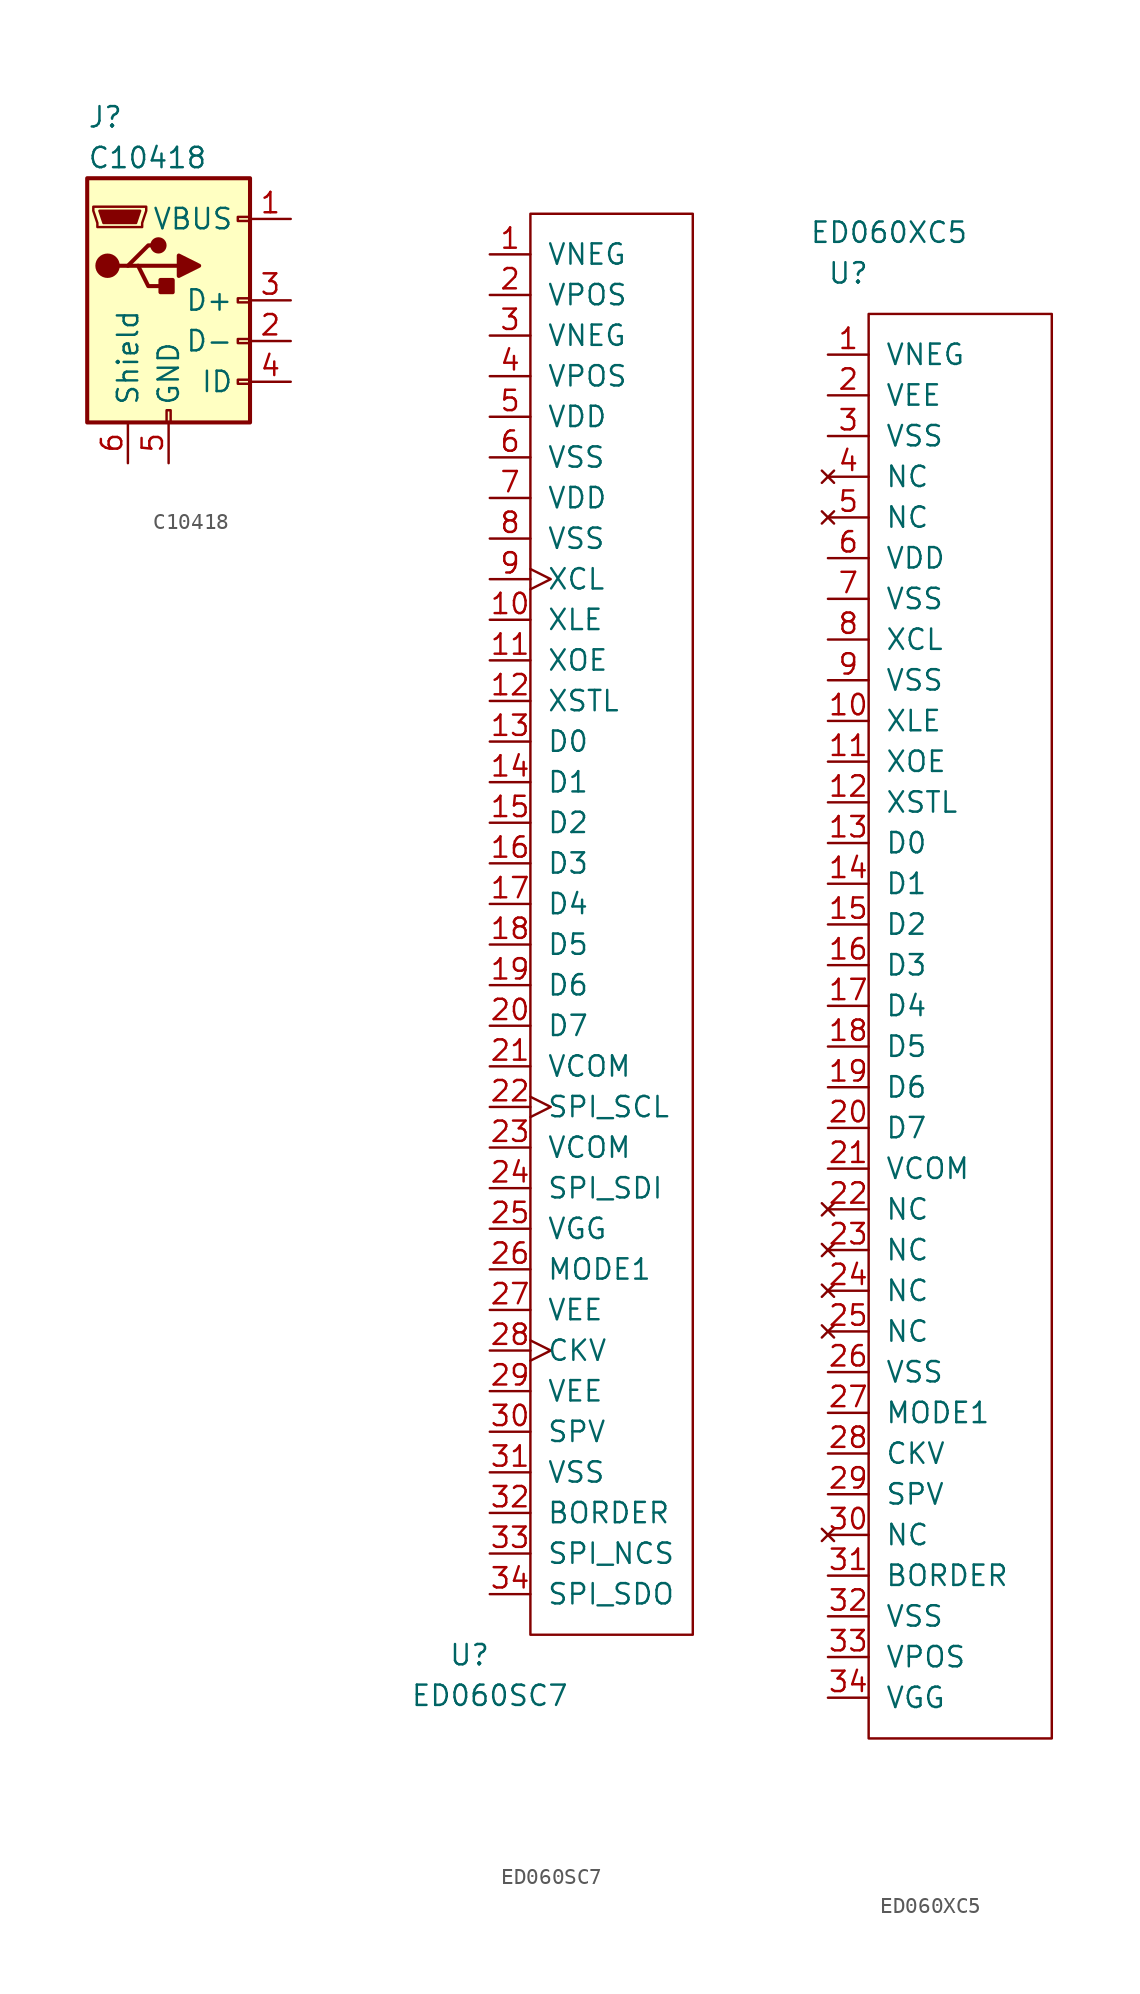
<source format=kicad_sym>
(kicad_symbol_lib
  (version 20220914)
  (generator kicad_symbol_editor)
  (symbol "C10418"
    (pin_names
      (offset 1.016))
    (property "Reference" "J"
      (at -5.08 11.43 0)
      (effects (font (size 1.27 1.27)) (justify left)))
    (property "Value" "C10418"
      (at -5.08 8.89 0)
      (effects (font (size 1.27 1.27)) (justify left)))
    (symbol "C10418_0_1"
      (rectangle (start -5.08 -7.62) (end 5.08 7.62) (stroke (width 0.254) (type solid)) (fill (type background)))
      (circle (center -3.81 2.159) (radius 0.635) (stroke (width 0.254) (type solid)) (fill (type outline)))
      (circle (center -0.635 3.429) (radius 0.381) (stroke (width 0.254) (type solid)) (fill (type outline)))
      (rectangle (start -0.127 -7.62) (end 0.127 -6.858) (stroke (width 0) (type solid)) (fill (type none)))
      (polyline (pts (xy -1.905 2.159) (xy 0.635 2.159)) (stroke (width 0.254) (type solid)) (fill (type none)))
      (polyline (pts (xy -3.175 2.159) (xy -2.54 2.159) (xy -1.27 3.429) (xy -0.635 3.429)) (stroke (width 0.254) (type solid)) (fill (type none)))
      (polyline (pts (xy -2.54 2.159) (xy -1.905 2.159) (xy -1.27 0.889) (xy 0 0.889)) (stroke (width 0.254) (type solid)) (fill (type none)))
      (polyline (pts (xy 0.635 2.794) (xy 0.635 1.524) (xy 1.905 2.159) (xy 0.635 2.794)) (stroke (width 0.254) (type solid)) (fill (type outline)))
      (polyline (pts (xy -4.318 5.588) (xy -1.778 5.588) (xy -2.032 4.826) (xy -4.064 4.826) (xy -4.318 5.588)) (stroke (width 0) (type solid)) (fill (type outline)))
      (polyline (pts (xy -4.699 5.842) (xy -4.699 5.588) (xy -4.445 4.826) (xy -4.445 4.572) (xy -1.651 4.572) (xy -1.651 4.826) (xy -1.397 5.588) (xy -1.397 5.842) (xy -4.699 5.842)) (stroke (width 0) (type solid)) (fill (type none)))
      (rectangle (start 0.254 1.27) (end -0.508 0.508) (stroke (width 0.254) (type solid)) (fill (type outline)))
      (rectangle (start 5.08 -5.207) (end 4.318 -4.953) (stroke (width 0) (type solid)) (fill (type none)))
      (rectangle (start 5.08 -2.667) (end 4.318 -2.413) (stroke (width 0) (type solid)) (fill (type none)))
      (rectangle (start 5.08 -0.127) (end 4.318 0.127) (stroke (width 0) (type solid)) (fill (type none)))
      (rectangle (start 5.08 4.953) (end 4.318 5.207) (stroke (width 0) (type solid)) (fill (type none))))
    (symbol "C10418_1_1"
      (pin power_out line (at 7.62 5.08 180) (length 2.54) (name "VBUS" (effects (font (size 1.27 1.27)))) (number "1" (effects (font (size 1.27 1.27)))))
      (pin passive line (at 7.62 -2.54 180) (length 2.54) (name "D-" (effects (font (size 1.27 1.27)))) (number "2" (effects (font (size 1.27 1.27)))))
      (pin passive line (at 7.62 0 180) (length 2.54) (name "D+" (effects (font (size 1.27 1.27)))) (number "3" (effects (font (size 1.27 1.27)))))
      (pin passive line (at 7.62 -5.08 180) (length 2.54) (name "ID" (effects (font (size 1.27 1.27)))) (number "4" (effects (font (size 1.27 1.27)))))
      (pin power_out line (at 0 -10.16 90) (length 2.54) (name "GND" (effects (font (size 1.27 1.27)))) (number "5" (effects (font (size 1.27 1.27)))))
      (pin passive line (at -2.54 -10.16 90) (length 2.54) (name "Shield" (effects (font (size 1.27 1.27)))) (number "6" (effects (font (size 1.27 1.27)))))))
  (symbol "ED060SC7"
    (pin_names
      (offset 1.016))
    (property "Reference" "U"
      (at -1.27 -44.45 0)
      (effects (font (size 1.27 1.27))))
    (property "Value" "ED060SC7"
      (at 0 -46.99 0)
      (effects (font (size 1.27 1.27))))
    (symbol "ED060SC7_0_1"
      (rectangle (start 12.7 -43.18) (end 2.54 45.72) (stroke (width 0) (type solid)) (fill (type none))))
    (symbol "ED060SC7_1_1"
      (pin power_in line (at 0 43.18 0) (length 2.54) (name "VNEG" (effects (font (size 1.27 1.27)))) (number "1" (effects (font (size 1.27 1.27)))))
      (pin input line (at 0 20.32 0) (length 2.54) (name "XLE" (effects (font (size 1.27 1.27)))) (number "10" (effects (font (size 1.27 1.27)))))
      (pin input line (at 0 17.78 0) (length 2.54) (name "XOE" (effects (font (size 1.27 1.27)))) (number "11" (effects (font (size 1.27 1.27)))))
      (pin input line (at 0 15.24 0) (length 2.54) (name "XSTL" (effects (font (size 1.27 1.27)))) (number "12" (effects (font (size 1.27 1.27)))))
      (pin input line (at 0 12.7 0) (length 2.54) (name "D0" (effects (font (size 1.27 1.27)))) (number "13" (effects (font (size 1.27 1.27)))))
      (pin input line (at 0 10.16 0) (length 2.54) (name "D1" (effects (font (size 1.27 1.27)))) (number "14" (effects (font (size 1.27 1.27)))))
      (pin input line (at 0 7.62 0) (length 2.54) (name "D2" (effects (font (size 1.27 1.27)))) (number "15" (effects (font (size 1.27 1.27)))))
      (pin input line (at 0 5.08 0) (length 2.54) (name "D3" (effects (font (size 1.27 1.27)))) (number "16" (effects (font (size 1.27 1.27)))))
      (pin input line (at 0 2.54 0) (length 2.54) (name "D4" (effects (font (size 1.27 1.27)))) (number "17" (effects (font (size 1.27 1.27)))))
      (pin input line (at 0 0 0) (length 2.54) (name "D5" (effects (font (size 1.27 1.27)))) (number "18" (effects (font (size 1.27 1.27)))))
      (pin input line (at 0 -2.54 0) (length 2.54) (name "D6" (effects (font (size 1.27 1.27)))) (number "19" (effects (font (size 1.27 1.27)))))
      (pin power_in line (at 0 40.64 0) (length 2.54) (name "VPOS" (effects (font (size 1.27 1.27)))) (number "2" (effects (font (size 1.27 1.27)))))
      (pin input line (at 0 -5.08 0) (length 2.54) (name "D7" (effects (font (size 1.27 1.27)))) (number "20" (effects (font (size 1.27 1.27)))))
      (pin power_in line (at 0 -7.62 0) (length 2.54) (name "VCOM" (effects (font (size 1.27 1.27)))) (number "21" (effects (font (size 1.27 1.27)))))
      (pin input clock (at 0 -10.16 0) (length 2.54) (name "SPI_SCL" (effects (font (size 1.27 1.27)))) (number "22" (effects (font (size 1.27 1.27)))))
      (pin power_in line (at 0 -12.7 0) (length 2.54) (name "VCOM" (effects (font (size 1.27 1.27)))) (number "23" (effects (font (size 1.27 1.27)))))
      (pin input line (at 0 -15.24 0) (length 2.54) (name "SPI_SDI" (effects (font (size 1.27 1.27)))) (number "24" (effects (font (size 1.27 1.27)))))
      (pin power_in line (at 0 -17.78 0) (length 2.54) (name "VGG" (effects (font (size 1.27 1.27)))) (number "25" (effects (font (size 1.27 1.27)))))
      (pin input line (at 0 -20.32 0) (length 2.54) (name "MODE1" (effects (font (size 1.27 1.27)))) (number "26" (effects (font (size 1.27 1.27)))))
      (pin power_in line (at 0 -22.86 0) (length 2.54) (name "VEE" (effects (font (size 1.27 1.27)))) (number "27" (effects (font (size 1.27 1.27)))))
      (pin input clock (at 0 -25.4 0) (length 2.54) (name "CKV" (effects (font (size 1.27 1.27)))) (number "28" (effects (font (size 1.27 1.27)))))
      (pin power_in line (at 0 -27.94 0) (length 2.54) (name "VEE" (effects (font (size 1.27 1.27)))) (number "29" (effects (font (size 1.27 1.27)))))
      (pin power_in line (at 0 38.1 0) (length 2.54) (name "VNEG" (effects (font (size 1.27 1.27)))) (number "3" (effects (font (size 1.27 1.27)))))
      (pin input line (at 0 -30.48 0) (length 2.54) (name "SPV" (effects (font (size 1.27 1.27)))) (number "30" (effects (font (size 1.27 1.27)))))
      (pin power_in line (at 0 -33.02 0) (length 2.54) (name "VSS" (effects (font (size 1.27 1.27)))) (number "31" (effects (font (size 1.27 1.27)))))
      (pin power_in line (at 0 -35.56 0) (length 2.54) (name "BORDER" (effects (font (size 1.27 1.27)))) (number "32" (effects (font (size 1.27 1.27)))))
      (pin input line (at 0 -38.1 0) (length 2.54) (name "SPI_NCS" (effects (font (size 1.27 1.27)))) (number "33" (effects (font (size 1.27 1.27)))))
      (pin output line (at 0 -40.64 0) (length 2.54) (name "SPI_SDO" (effects (font (size 1.27 1.27)))) (number "34" (effects (font (size 1.27 1.27)))))
      (pin power_in line (at 0 35.56 0) (length 2.54) (name "VPOS" (effects (font (size 1.27 1.27)))) (number "4" (effects (font (size 1.27 1.27)))))
      (pin power_in line (at 0 33.02 0) (length 2.54) (name "VDD" (effects (font (size 1.27 1.27)))) (number "5" (effects (font (size 1.27 1.27)))))
      (pin power_in line (at 0 30.48 0) (length 2.54) (name "VSS" (effects (font (size 1.27 1.27)))) (number "6" (effects (font (size 1.27 1.27)))))
      (pin power_in line (at 0 27.94 0) (length 2.54) (name "VDD" (effects (font (size 1.27 1.27)))) (number "7" (effects (font (size 1.27 1.27)))))
      (pin power_in line (at 0 25.4 0) (length 2.54) (name "VSS" (effects (font (size 1.27 1.27)))) (number "8" (effects (font (size 1.27 1.27)))))
      (pin input clock (at 0 22.86 0) (length 2.54) (name "XCL" (effects (font (size 1.27 1.27)))) (number "9" (effects (font (size 1.27 1.27)))))))
  (symbol "ED060XC5"
    (pin_names
      (offset 1.016))
    (property "Reference" "U"
      (at 1.27 46.99 0)
      (effects (font (size 1.27 1.27))))
    (property "Value" "ED060XC5"
      (at 3.81 49.53 0)
      (effects (font (size 1.27 1.27))))
    (symbol "ED060XC5_0_1"
      (rectangle (start 13.97 -44.45) (end 2.54 44.45) (stroke (width 0) (type solid)) (fill (type none))))
    (symbol "ED060XC5_1_1"
      (pin power_in line (at 0 41.91 0) (length 2.54) (name "VNEG" (effects (font (size 1.27 1.27)))) (number "1" (effects (font (size 1.27 1.27)))))
      (pin input line (at 0 19.05 0) (length 2.54) (name "XLE" (effects (font (size 1.27 1.27)))) (number "10" (effects (font (size 1.27 1.27)))))
      (pin input line (at 0 16.51 0) (length 2.54) (name "XOE" (effects (font (size 1.27 1.27)))) (number "11" (effects (font (size 1.27 1.27)))))
      (pin input line (at 0 13.97 0) (length 2.54) (name "XSTL" (effects (font (size 1.27 1.27)))) (number "12" (effects (font (size 1.27 1.27)))))
      (pin input line (at 0 11.43 0) (length 2.54) (name "D0" (effects (font (size 1.27 1.27)))) (number "13" (effects (font (size 1.27 1.27)))))
      (pin input line (at 0 8.89 0) (length 2.54) (name "D1" (effects (font (size 1.27 1.27)))) (number "14" (effects (font (size 1.27 1.27)))))
      (pin input line (at 0 6.35 0) (length 2.54) (name "D2" (effects (font (size 1.27 1.27)))) (number "15" (effects (font (size 1.27 1.27)))))
      (pin input line (at 0 3.81 0) (length 2.54) (name "D3" (effects (font (size 1.27 1.27)))) (number "16" (effects (font (size 1.27 1.27)))))
      (pin input line (at 0 1.27 0) (length 2.54) (name "D4" (effects (font (size 1.27 1.27)))) (number "17" (effects (font (size 1.27 1.27)))))
      (pin input line (at 0 -1.27 0) (length 2.54) (name "D5" (effects (font (size 1.27 1.27)))) (number "18" (effects (font (size 1.27 1.27)))))
      (pin input line (at 0 -3.81 0) (length 2.54) (name "D6" (effects (font (size 1.27 1.27)))) (number "19" (effects (font (size 1.27 1.27)))))
      (pin power_in line (at 0 39.37 0) (length 2.54) (name "VEE" (effects (font (size 1.27 1.27)))) (number "2" (effects (font (size 1.27 1.27)))))
      (pin input line (at 0 -6.35 0) (length 2.54) (name "D7" (effects (font (size 1.27 1.27)))) (number "20" (effects (font (size 1.27 1.27)))))
      (pin power_in line (at 0 -8.89 0) (length 2.54) (name "VCOM" (effects (font (size 1.27 1.27)))) (number "21" (effects (font (size 1.27 1.27)))))
      (pin no_connect line (at 0 -11.43 0) (length 2.54) (name "NC" (effects (font (size 1.27 1.27)))) (number "22" (effects (font (size 1.27 1.27)))))
      (pin no_connect line (at 0 -13.97 0) (length 2.54) (name "NC" (effects (font (size 1.27 1.27)))) (number "23" (effects (font (size 1.27 1.27)))))
      (pin no_connect line (at 0 -16.51 0) (length 2.54) (name "NC" (effects (font (size 1.27 1.27)))) (number "24" (effects (font (size 1.27 1.27)))))
      (pin no_connect line (at 0 -19.05 0) (length 2.54) (name "NC" (effects (font (size 1.27 1.27)))) (number "25" (effects (font (size 1.27 1.27)))))
      (pin power_in line (at 0 -21.59 0) (length 2.54) (name "VSS" (effects (font (size 1.27 1.27)))) (number "26" (effects (font (size 1.27 1.27)))))
      (pin input line (at 0 -24.13 0) (length 2.54) (name "MODE1" (effects (font (size 1.27 1.27)))) (number "27" (effects (font (size 1.27 1.27)))))
      (pin input line (at 0 -26.67 0) (length 2.54) (name "CKV" (effects (font (size 1.27 1.27)))) (number "28" (effects (font (size 1.27 1.27)))))
      (pin input line (at 0 -29.21 0) (length 2.54) (name "SPV" (effects (font (size 1.27 1.27)))) (number "29" (effects (font (size 1.27 1.27)))))
      (pin power_in line (at 0 36.83 0) (length 2.54) (name "VSS" (effects (font (size 1.27 1.27)))) (number "3" (effects (font (size 1.27 1.27)))))
      (pin no_connect line (at 0 -31.75 0) (length 2.54) (name "NC" (effects (font (size 1.27 1.27)))) (number "30" (effects (font (size 1.27 1.27)))))
      (pin power_in line (at 0 -34.29 0) (length 2.54) (name "BORDER" (effects (font (size 1.27 1.27)))) (number "31" (effects (font (size 1.27 1.27)))))
      (pin power_in line (at 0 -36.83 0) (length 2.54) (name "VSS" (effects (font (size 1.27 1.27)))) (number "32" (effects (font (size 1.27 1.27)))))
      (pin power_in line (at 0 -39.37 0) (length 2.54) (name "VPOS" (effects (font (size 1.27 1.27)))) (number "33" (effects (font (size 1.27 1.27)))))
      (pin power_in line (at 0 -41.91 0) (length 2.54) (name "VGG" (effects (font (size 1.27 1.27)))) (number "34" (effects (font (size 1.27 1.27)))))
      (pin no_connect line (at 0 34.29 0) (length 2.54) (name "NC" (effects (font (size 1.27 1.27)))) (number "4" (effects (font (size 1.27 1.27)))))
      (pin no_connect line (at 0 31.75 0) (length 2.54) (name "NC" (effects (font (size 1.27 1.27)))) (number "5" (effects (font (size 1.27 1.27)))))
      (pin power_in line (at 0 29.21 0) (length 2.54) (name "VDD" (effects (font (size 1.27 1.27)))) (number "6" (effects (font (size 1.27 1.27)))))
      (pin power_in line (at 0 26.67 0) (length 2.54) (name "VSS" (effects (font (size 1.27 1.27)))) (number "7" (effects (font (size 1.27 1.27)))))
      (pin input line (at 0 24.13 0) (length 2.54) (name "XCL" (effects (font (size 1.27 1.27)))) (number "8" (effects (font (size 1.27 1.27)))))
      (pin power_in line (at 0 21.59 0) (length 2.54) (name "VSS" (effects (font (size 1.27 1.27)))) (number "9" (effects (font (size 1.27 1.27))))))))
</source>
